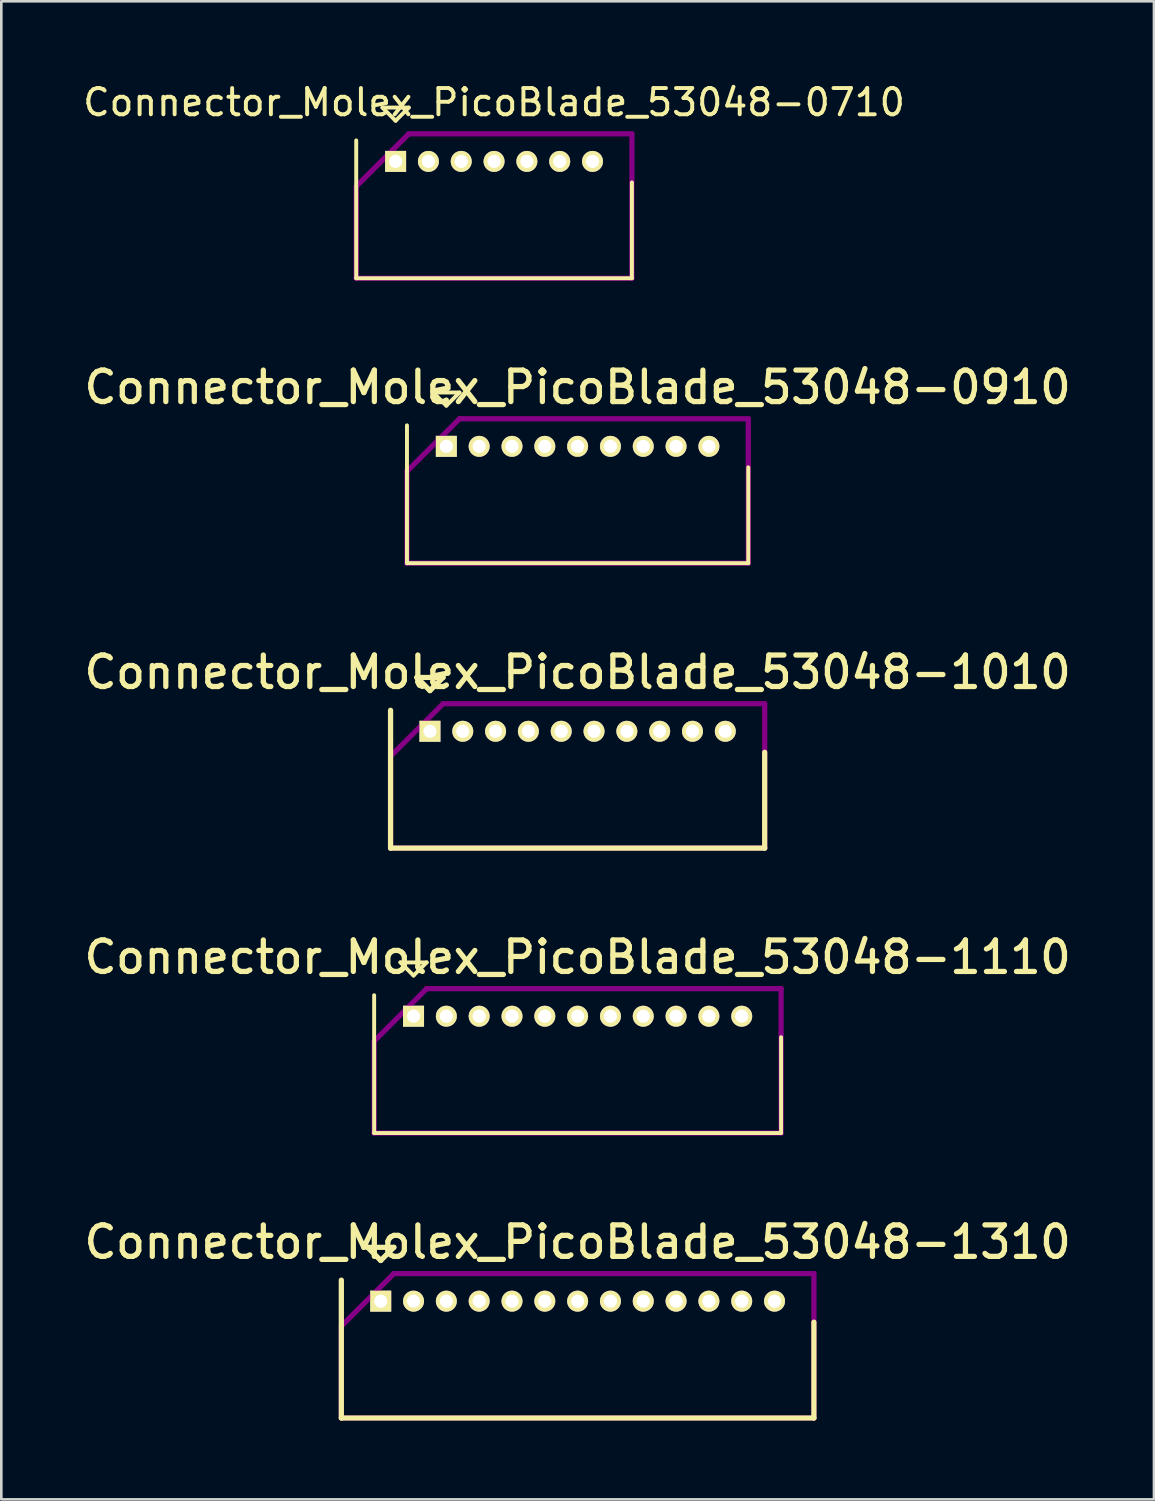
<source format=kicad_pcb>
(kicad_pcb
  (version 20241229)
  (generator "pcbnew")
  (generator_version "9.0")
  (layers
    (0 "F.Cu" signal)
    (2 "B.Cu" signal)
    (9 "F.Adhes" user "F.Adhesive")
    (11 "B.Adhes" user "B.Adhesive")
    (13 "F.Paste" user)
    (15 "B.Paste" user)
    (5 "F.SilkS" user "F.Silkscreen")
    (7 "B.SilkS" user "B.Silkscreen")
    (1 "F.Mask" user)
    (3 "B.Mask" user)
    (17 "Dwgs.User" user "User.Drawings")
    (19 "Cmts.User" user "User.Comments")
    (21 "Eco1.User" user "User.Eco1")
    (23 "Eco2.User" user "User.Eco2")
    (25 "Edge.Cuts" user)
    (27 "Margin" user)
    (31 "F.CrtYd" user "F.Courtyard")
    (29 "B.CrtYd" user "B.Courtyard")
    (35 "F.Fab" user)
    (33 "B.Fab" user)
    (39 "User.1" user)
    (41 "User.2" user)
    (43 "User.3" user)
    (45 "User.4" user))
  (footprint "Connector_Molex_PicoBlade_53048-1310"
    (layer "F.Cu")
    (at 11.451 46.51)
    (property "Reference" "Connector_Molex_PicoBlade_53048-1310" (at 7.5 -2.25 0) (layer "F.SilkS") (effects (font (size 1.2 1.2) (thickness 0.2))))
    (attr through_hole)
    (fp_line (start -1.5 -0.8) (end -1.5 4.45) (stroke (width 0.2) (type solid)) (layer "F.SilkS"))
    (fp_line (start -1.5 4.45) (end 16.5 4.45) (stroke (width 0.2) (type solid)) (layer "F.SilkS"))
    (fp_line (start -0.5 -2.05) (end 0.5 -2.05) (stroke (width 0.2) (type solid)) (layer "F.SilkS"))
    (fp_line (start 0 -1.55) (end -0.5 -2.05) (stroke (width 0.2) (type solid)) (layer "F.SilkS"))
    (fp_line (start 0.5 -2.05) (end 0 -1.55) (stroke (width 0.2) (type solid)) (layer "F.SilkS"))
    (fp_line (start 16.5 4.45) (end 16.5 0.8) (stroke (width 0.2) (type solid)) (layer "F.SilkS"))
    (fp_line (start -1.5 0.95) (end -1.5 4.45) (stroke (width 0.2) (type solid)) (layer "F.Adhes"))
    (fp_line (start -1.5 4.45) (end 16.5 4.45) (stroke (width 0.2) (type solid)) (layer "F.Adhes"))
    (fp_line (start 0.5 -1.05) (end -1.5 0.95) (stroke (width 0.2) (type solid)) (layer "F.Adhes"))
    (fp_line (start 16.5 -1.05) (end 0.5 -1.05) (stroke (width 0.2) (type solid)) (layer "F.Adhes"))
    (fp_line (start 16.5 4.45) (end 16.5 -1.05) (stroke (width 0.2) (type solid)) (layer "F.Adhes"))
    (pad "1" thru_hole rect (at 0 0) (size 0.8 0.8) (drill 0.5) (layers "*.Cu" "*.Mask" "F.SilkS"))
    (pad "2" thru_hole oval (at 1.25 0) (size 0.8 0.8) (drill 0.5) (layers "*.Cu" "*.Mask" "F.SilkS"))
    (pad "3" thru_hole oval (at 2.5 0) (size 0.8 0.8) (drill 0.5) (layers "*.Cu" "*.Mask" "F.SilkS"))
    (pad "4" thru_hole oval (at 3.75 0) (size 0.8 0.8) (drill 0.5) (layers "*.Cu" "*.Mask" "F.SilkS"))
    (pad "5" thru_hole oval (at 5 0) (size 0.8 0.8) (drill 0.5) (layers "*.Cu" "*.Mask" "F.SilkS"))
    (pad "6" thru_hole oval (at 6.25 0) (size 0.8 0.8) (drill 0.5) (layers "*.Cu" "*.Mask" "F.SilkS"))
    (pad "7" thru_hole oval (at 7.5 0) (size 0.8 0.8) (drill 0.5) (layers "*.Cu" "*.Mask" "F.SilkS"))
    (pad "8" thru_hole oval (at 8.75 0) (size 0.8 0.8) (drill 0.5) (layers "*.Cu" "*.Mask" "F.SilkS"))
    (pad "9" thru_hole oval (at 10 0) (size 0.8 0.8) (drill 0.5) (layers "*.Cu" "*.Mask" "F.SilkS"))
    (pad "10" thru_hole oval (at 11.25 0) (size 0.8 0.8) (drill 0.5) (layers "*.Cu" "*.Mask" "F.SilkS"))
    (pad "11" thru_hole oval (at 12.5 0) (size 0.8 0.8) (drill 0.5) (layers "*.Cu" "*.Mask" "F.SilkS"))
    (pad "12" thru_hole oval (at 13.75 0) (size 0.8 0.8) (drill 0.5) (layers "*.Cu" "*.Mask" "F.SilkS"))
    (pad "13" thru_hole oval (at 15 0) (size 0.8 0.8) (drill 0.5) (layers "*.Cu" "*.Mask" "F.SilkS")))
  (footprint "Connector_Molex_PicoBlade_53048-0910"
    (layer "F.Cu")
    (at 13.951 13.951)
    (property "Reference" "Connector_Molex_PicoBlade_53048-0910" (at 5 -2.25 0) (layer "F.SilkS") (effects (font (size 1.2 1.2) (thickness 0.2))))
    (attr through_hole)
    (fp_line (start -1.5 -0.8) (end -1.5 4.45) (stroke (width 0.15) (type solid)) (layer "F.SilkS"))
    (fp_line (start -1.5 4.45) (end 11.5 4.45) (stroke (width 0.15) (type solid)) (layer "F.SilkS"))
    (fp_line (start -0.5 -2.05) (end 0.5 -2.05) (stroke (width 0.15) (type solid)) (layer "F.SilkS"))
    (fp_line (start 0 -1.55) (end -0.5 -2.05) (stroke (width 0.15) (type solid)) (layer "F.SilkS"))
    (fp_line (start 0.5 -2.05) (end 0 -1.55) (stroke (width 0.15) (type solid)) (layer "F.SilkS"))
    (fp_line (start 11.5 4.45) (end 11.5 0.8) (stroke (width 0.15) (type solid)) (layer "F.SilkS"))
    (fp_line (start -1.5 0.95) (end -1.5 4.45) (stroke (width 0.2) (type solid)) (layer "F.Adhes"))
    (fp_line (start -1.5 4.45) (end 11.5 4.45) (stroke (width 0.2) (type solid)) (layer "F.Adhes"))
    (fp_line (start 0.5 -1.05) (end -1.5 0.95) (stroke (width 0.2) (type solid)) (layer "F.Adhes"))
    (fp_line (start 11.5 -1.05) (end 0.5 -1.05) (stroke (width 0.2) (type solid)) (layer "F.Adhes"))
    (fp_line (start 11.5 4.45) (end 11.5 -1.05) (stroke (width 0.2) (type solid)) (layer "F.Adhes"))
    (pad "1" thru_hole rect (at 0 0) (size 0.8 0.8) (drill 0.5) (layers "*.Cu" "*.Mask" "F.SilkS"))
    (pad "2" thru_hole oval (at 1.25 0) (size 0.8 0.8) (drill 0.5) (layers "*.Cu" "*.Mask" "F.SilkS"))
    (pad "3" thru_hole oval (at 2.5 0) (size 0.8 0.8) (drill 0.5) (layers "*.Cu" "*.Mask" "F.SilkS"))
    (pad "4" thru_hole oval (at 3.75 0) (size 0.8 0.8) (drill 0.5) (layers "*.Cu" "*.Mask" "F.SilkS"))
    (pad "5" thru_hole oval (at 5 0) (size 0.8 0.8) (drill 0.5) (layers "*.Cu" "*.Mask" "F.SilkS"))
    (pad "6" thru_hole oval (at 6.25 0) (size 0.8 0.8) (drill 0.5) (layers "*.Cu" "*.Mask" "F.SilkS"))
    (pad "7" thru_hole oval (at 7.5 0) (size 0.8 0.8) (drill 0.5) (layers "*.Cu" "*.Mask" "F.SilkS"))
    (pad "8" thru_hole oval (at 8.75 0) (size 0.8 0.8) (drill 0.5) (layers "*.Cu" "*.Mask" "F.SilkS"))
    (pad "9" thru_hole oval (at 10 0) (size 0.8 0.8) (drill 0.5) (layers "*.Cu" "*.Mask" "F.SilkS")))
  (footprint "Connector_Molex_PicoBlade_53048-0710"
    (layer "F.Cu")
    (at 12.018 3.098)
    (property "Reference" "Connector_Molex_PicoBlade_53048-0710" (at 3.75 -2.25 0) (layer "F.SilkS") (effects (font (size 1 1) (thickness 0.15))))
    (attr through_hole)
    (fp_line (start -1.5 -0.8) (end -1.5 4.45) (stroke (width 0.15) (type solid)) (layer "F.SilkS"))
    (fp_line (start -1.5 4.45) (end 9 4.45) (stroke (width 0.15) (type solid)) (layer "F.SilkS"))
    (fp_line (start -0.5 -2.05) (end 0.5 -2.05) (stroke (width 0.15) (type solid)) (layer "F.SilkS"))
    (fp_line (start 0 -1.55) (end -0.5 -2.05) (stroke (width 0.15) (type solid)) (layer "F.SilkS"))
    (fp_line (start 0.5 -2.05) (end 0 -1.55) (stroke (width 0.15) (type solid)) (layer "F.SilkS"))
    (fp_line (start 9 4.45) (end 9 0.8) (stroke (width 0.15) (type solid)) (layer "F.SilkS"))
    (fp_line (start -1.5 0.95) (end -1.5 4.45) (stroke (width 0.2) (type solid)) (layer "F.Adhes"))
    (fp_line (start -1.5 4.45) (end 9 4.45) (stroke (width 0.2) (type solid)) (layer "F.Adhes"))
    (fp_line (start 0.5 -1.05) (end -1.5 0.95) (stroke (width 0.2) (type solid)) (layer "F.Adhes"))
    (fp_line (start 9 -1.05) (end 0.5 -1.05) (stroke (width 0.2) (type solid)) (layer "F.Adhes"))
    (fp_line (start 9 4.45) (end 9 -1.05) (stroke (width 0.2) (type solid)) (layer "F.Adhes"))
    (pad "1" thru_hole rect (at 0 0) (size 0.8 0.8) (drill 0.5) (layers "*.Cu" "*.Mask" "F.SilkS"))
    (pad "2" thru_hole oval (at 1.25 0) (size 0.8 0.8) (drill 0.5) (layers "*.Cu" "*.Mask" "F.SilkS"))
    (pad "3" thru_hole oval (at 2.5 0) (size 0.8 0.8) (drill 0.5) (layers "*.Cu" "*.Mask" "F.SilkS"))
    (pad "4" thru_hole oval (at 3.75 0) (size 0.8 0.8) (drill 0.5) (layers "*.Cu" "*.Mask" "F.SilkS"))
    (pad "5" thru_hole oval (at 5 0) (size 0.8 0.8) (drill 0.5) (layers "*.Cu" "*.Mask" "F.SilkS"))
    (pad "6" thru_hole oval (at 6.25 0) (size 0.8 0.8) (drill 0.5) (layers "*.Cu" "*.Mask" "F.SilkS"))
    (pad "7" thru_hole oval (at 7.5 0) (size 0.8 0.8) (drill 0.5) (layers "*.Cu" "*.Mask" "F.SilkS")))
  (footprint "Connector_Molex_PicoBlade_53048-1110"
    (layer "F.Cu")
    (at 12.701 35.657)
    (property "Reference" "Connector_Molex_PicoBlade_53048-1110" (at 6.25 -2.25 0) (layer "F.SilkS") (effects (font (size 1.2 1.2) (thickness 0.2))))
    (attr through_hole)
    (fp_line (start -1.5 -0.8) (end -1.5 4.45) (stroke (width 0.15) (type solid)) (layer "F.SilkS"))
    (fp_line (start -1.5 4.45) (end 14 4.45) (stroke (width 0.15) (type solid)) (layer "F.SilkS"))
    (fp_line (start -0.5 -2.05) (end 0.5 -2.05) (stroke (width 0.15) (type solid)) (layer "F.SilkS"))
    (fp_line (start 0 -1.55) (end -0.5 -2.05) (stroke (width 0.15) (type solid)) (layer "F.SilkS"))
    (fp_line (start 0.5 -2.05) (end 0 -1.55) (stroke (width 0.15) (type solid)) (layer "F.SilkS"))
    (fp_line (start 14 4.45) (end 14 0.8) (stroke (width 0.15) (type solid)) (layer "F.SilkS"))
    (fp_line (start -1.5 0.95) (end -1.5 4.45) (stroke (width 0.2) (type solid)) (layer "F.Adhes"))
    (fp_line (start -1.5 4.45) (end 14 4.45) (stroke (width 0.2) (type solid)) (layer "F.Adhes"))
    (fp_line (start 0.5 -1.05) (end -1.5 0.95) (stroke (width 0.2) (type solid)) (layer "F.Adhes"))
    (fp_line (start 14 -1.05) (end 0.5 -1.05) (stroke (width 0.2) (type solid)) (layer "F.Adhes"))
    (fp_line (start 14 4.45) (end 14 -1.05) (stroke (width 0.2) (type solid)) (layer "F.Adhes"))
    (pad "1" thru_hole rect (at 0 0) (size 0.8 0.8) (drill 0.5) (layers "*.Cu" "*.Mask" "F.SilkS"))
    (pad "2" thru_hole oval (at 1.25 0) (size 0.8 0.8) (drill 0.5) (layers "*.Cu" "*.Mask" "F.SilkS"))
    (pad "3" thru_hole oval (at 2.5 0) (size 0.8 0.8) (drill 0.5) (layers "*.Cu" "*.Mask" "F.SilkS"))
    (pad "4" thru_hole oval (at 3.75 0) (size 0.8 0.8) (drill 0.5) (layers "*.Cu" "*.Mask" "F.SilkS"))
    (pad "5" thru_hole oval (at 5 0) (size 0.8 0.8) (drill 0.5) (layers "*.Cu" "*.Mask" "F.SilkS"))
    (pad "6" thru_hole oval (at 6.25 0) (size 0.8 0.8) (drill 0.5) (layers "*.Cu" "*.Mask" "F.SilkS"))
    (pad "7" thru_hole oval (at 7.5 0) (size 0.8 0.8) (drill 0.5) (layers "*.Cu" "*.Mask" "F.SilkS"))
    (pad "8" thru_hole oval (at 8.75 0) (size 0.8 0.8) (drill 0.5) (layers "*.Cu" "*.Mask" "F.SilkS"))
    (pad "9" thru_hole oval (at 10 0) (size 0.8 0.8) (drill 0.5) (layers "*.Cu" "*.Mask" "F.SilkS"))
    (pad "10" thru_hole oval (at 11.25 0) (size 0.8 0.8) (drill 0.5) (layers "*.Cu" "*.Mask" "F.SilkS"))
    (pad "11" thru_hole oval (at 12.5 0) (size 0.8 0.8) (drill 0.5) (layers "*.Cu" "*.Mask" "F.SilkS")))
  (footprint "Connector_Molex_PicoBlade_53048-1010"
    (layer "F.Cu")
    (at 13.326 24.804)
    (property "Reference" "Connector_Molex_PicoBlade_53048-1010" (at 5.625 -2.25 0) (layer "F.SilkS") (effects (font (size 1.2 1.2) (thickness 0.2))))
    (attr through_hole)
    (fp_line (start -1.5 -0.8) (end -1.5 4.45) (stroke (width 0.2) (type solid)) (layer "F.SilkS"))
    (fp_line (start -1.5 4.45) (end 12.75 4.45) (stroke (width 0.2) (type solid)) (layer "F.SilkS"))
    (fp_line (start -0.5 -2.05) (end 0.5 -2.05) (stroke (width 0.2) (type solid)) (layer "F.SilkS"))
    (fp_line (start 0 -1.55) (end -0.5 -2.05) (stroke (width 0.2) (type solid)) (layer "F.SilkS"))
    (fp_line (start 0.5 -2.05) (end 0 -1.55) (stroke (width 0.2) (type solid)) (layer "F.SilkS"))
    (fp_line (start 12.75 4.45) (end 12.75 0.8) (stroke (width 0.2) (type solid)) (layer "F.SilkS"))
    (fp_line (start -1.5 0.95) (end -1.5 4.45) (stroke (width 0.2) (type solid)) (layer "F.Adhes"))
    (fp_line (start -1.5 4.45) (end 12.75 4.45) (stroke (width 0.2) (type solid)) (layer "F.Adhes"))
    (fp_line (start 0.5 -1.05) (end -1.5 0.95) (stroke (width 0.2) (type solid)) (layer "F.Adhes"))
    (fp_line (start 12.75 -1.05) (end 0.5 -1.05) (stroke (width 0.2) (type solid)) (layer "F.Adhes"))
    (fp_line (start 12.75 4.45) (end 12.75 -1.05) (stroke (width 0.2) (type solid)) (layer "F.Adhes"))
    (pad "1" thru_hole rect (at 0 0) (size 0.8 0.8) (drill 0.5) (layers "*.Cu" "*.Mask" "F.SilkS"))
    (pad "2" thru_hole oval (at 1.25 0) (size 0.8 0.8) (drill 0.5) (layers "*.Cu" "*.Mask" "F.SilkS"))
    (pad "3" thru_hole oval (at 2.5 0) (size 0.8 0.8) (drill 0.5) (layers "*.Cu" "*.Mask" "F.SilkS"))
    (pad "4" thru_hole oval (at 3.75 0) (size 0.8 0.8) (drill 0.5) (layers "*.Cu" "*.Mask" "F.SilkS"))
    (pad "5" thru_hole oval (at 5 0) (size 0.8 0.8) (drill 0.5) (layers "*.Cu" "*.Mask" "F.SilkS"))
    (pad "6" thru_hole oval (at 6.25 0) (size 0.8 0.8) (drill 0.5) (layers "*.Cu" "*.Mask" "F.SilkS"))
    (pad "7" thru_hole oval (at 7.5 0) (size 0.8 0.8) (drill 0.5) (layers "*.Cu" "*.Mask" "F.SilkS"))
    (pad "8" thru_hole oval (at 8.75 0) (size 0.8 0.8) (drill 0.5) (layers "*.Cu" "*.Mask" "F.SilkS"))
    (pad "9" thru_hole oval (at 10 0) (size 0.8 0.8) (drill 0.5) (layers "*.Cu" "*.Mask" "F.SilkS"))
    (pad "10" thru_hole oval (at 11.25 0) (size 0.8 0.8) (drill 0.5) (layers "*.Cu" "*.Mask" "F.SilkS")))
  (gr_rect
    (start -3 -3)
    (end 40.903 54.06)
    (stroke (width 0.1) (type default))
    (fill no)
    (layer "Edge.Cuts")))
</source>
